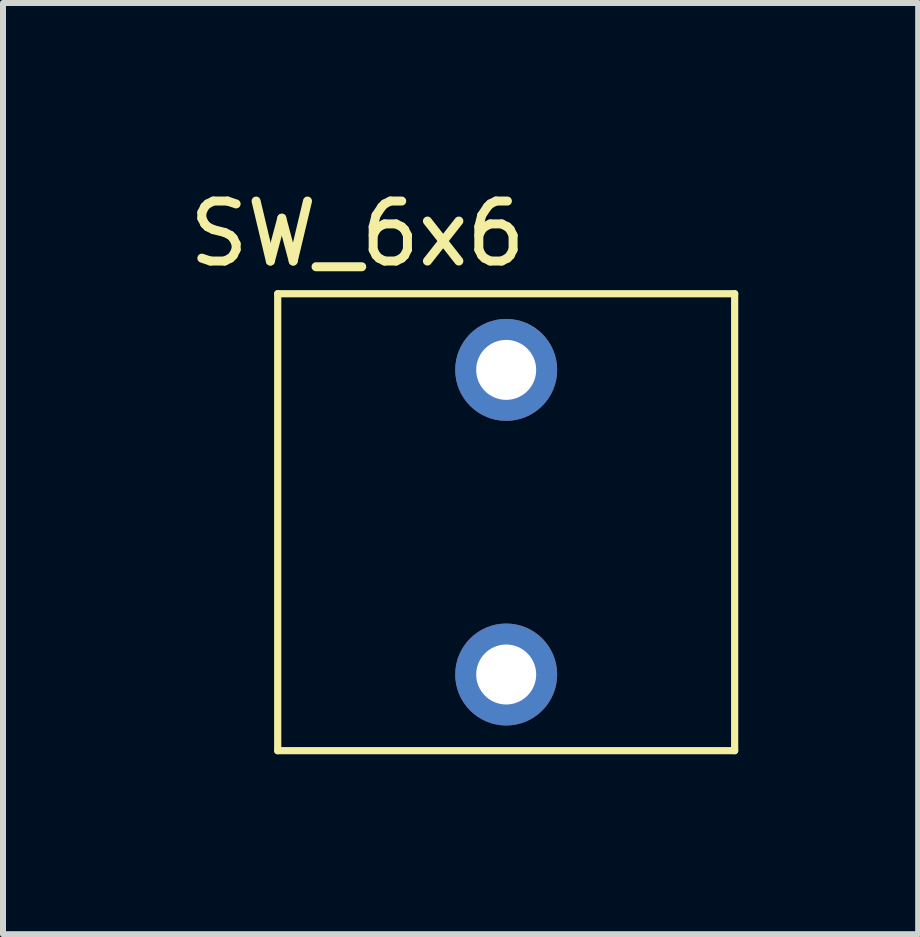
<source format=kicad_pcb>
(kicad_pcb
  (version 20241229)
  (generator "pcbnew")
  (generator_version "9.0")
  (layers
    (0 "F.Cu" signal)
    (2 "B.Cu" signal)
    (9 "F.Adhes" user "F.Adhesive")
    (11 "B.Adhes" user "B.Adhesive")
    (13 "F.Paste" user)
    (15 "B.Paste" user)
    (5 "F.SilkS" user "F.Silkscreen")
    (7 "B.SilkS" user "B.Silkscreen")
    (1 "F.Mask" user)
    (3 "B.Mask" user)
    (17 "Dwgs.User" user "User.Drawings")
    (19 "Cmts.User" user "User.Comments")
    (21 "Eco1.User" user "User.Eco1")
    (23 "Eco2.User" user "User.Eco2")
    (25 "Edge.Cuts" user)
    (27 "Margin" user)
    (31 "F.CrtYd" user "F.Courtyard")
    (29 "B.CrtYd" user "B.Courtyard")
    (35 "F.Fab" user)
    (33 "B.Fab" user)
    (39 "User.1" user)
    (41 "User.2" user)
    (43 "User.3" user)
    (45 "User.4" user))
  (footprint "SW_6x6"
    (layer "F.Cu")
    (at 2.911 3.178)
    (property "Reference" "SW_6x6" (at 0 -2.33 0) (layer "F.SilkS") (effects (font (size 1 1) (thickness 0.15))))
    (attr through_hole)
    (fp_line (start -1.33 -1.33) (end -1.33 6.29) (stroke (width 0.12) (type solid)) (layer "F.SilkS"))
    (fp_line (start -1.33 -1.33) (end 6.29 -1.33) (stroke (width 0.12) (type solid)) (layer "F.SilkS"))
    (fp_line (start 6.29 -1.33) (end 6.29 6.29) (stroke (width 0.12) (type solid)) (layer "F.SilkS"))
    (fp_line (start 6.29 6.29) (end -1.33 6.29) (stroke (width 0.12) (type solid)) (layer "F.SilkS"))
    (pad "1" thru_hole circle (at 2.48 -0.06) (size 1.7 1.7) (drill 1) (layers "*.Cu" "*.Mask"))
    (pad "2" thru_hole oval (at 2.48 5.02) (size 1.7 1.7) (drill 1) (layers "*.Cu" "*.Mask")))
  (gr_rect
    (start -3 -3)
    (end 12.261 12.528)
    (stroke (width 0.1) (type default))
    (fill no)
    (layer "Edge.Cuts")))
</source>
